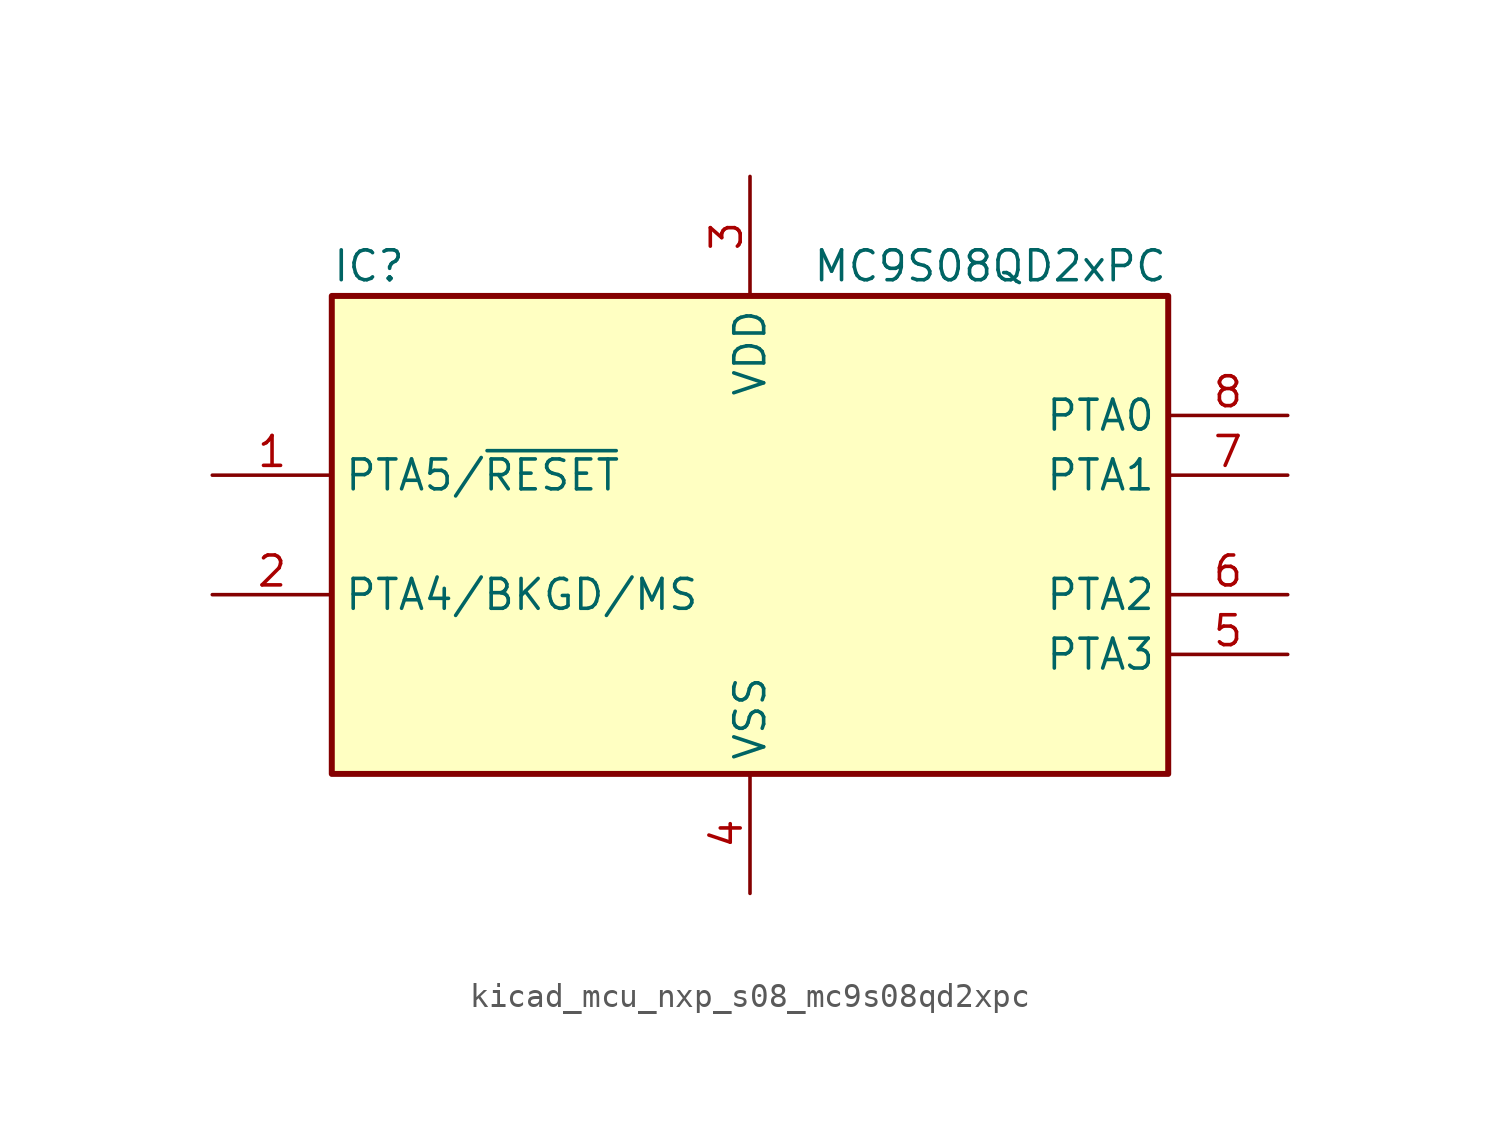
<source format=kicad_sym>
(kicad_symbol_lib
  (version 20220914)
  (generator kicad_symbol_editor)
  (symbol "kicad_mcu_nxp_s08_mc9s08qd2xpc"
    (property "Reference" "IC"
      (at -17.78 11.43 0)
      (effects (font (size 1.27 1.27)) (justify left)))
    (property "Value" "MC9S08QD2xPC"
      (at 17.78 11.43 0)
      (effects (font (size 1.27 1.27)) (justify right)))
    (symbol "kicad_mcu_nxp_s08_mc9s08qd2xpc_0_1"
      (rectangle (start -17.78 10.16) (end 17.78 -10.16) (stroke (width 0.254) (type default)) (fill (type background))))
    (symbol "kicad_mcu_nxp_s08_mc9s08qd2xpc_1_1"
      (pin bidirectional line (at -22.86 2.54 0) (length 5.08) (name "PTA5/~{RESET}" (effects (font (size 1.27 1.27)))) (number "1" (effects (font (size 1.27 1.27)))))
      (pin bidirectional line (at -22.86 -2.54 0) (length 5.08) (name "PTA4/BKGD/MS" (effects (font (size 1.27 1.27)))) (number "2" (effects (font (size 1.27 1.27)))))
      (pin power_in line (at 0 15.24 270) (length 5.08) (name "VDD" (effects (font (size 1.27 1.27)))) (number "3" (effects (font (size 1.27 1.27)))))
      (pin power_in line (at 0 -15.24 90) (length 5.08) (name "VSS" (effects (font (size 1.27 1.27)))) (number "4" (effects (font (size 1.27 1.27)))))
      (pin bidirectional line (at 22.86 -5.08 180) (length 5.08) (name "PTA3" (effects (font (size 1.27 1.27)))) (number "5" (effects (font (size 1.27 1.27)))))
      (pin bidirectional line (at 22.86 -2.54 180) (length 5.08) (name "PTA2" (effects (font (size 1.27 1.27)))) (number "6" (effects (font (size 1.27 1.27)))))
      (pin bidirectional line (at 22.86 2.54 180) (length 5.08) (name "PTA1" (effects (font (size 1.27 1.27)))) (number "7" (effects (font (size 1.27 1.27)))))
      (pin bidirectional line (at 22.86 5.08 180) (length 5.08) (name "PTA0" (effects (font (size 1.27 1.27)))) (number "8" (effects (font (size 1.27 1.27))))))))
</source>
